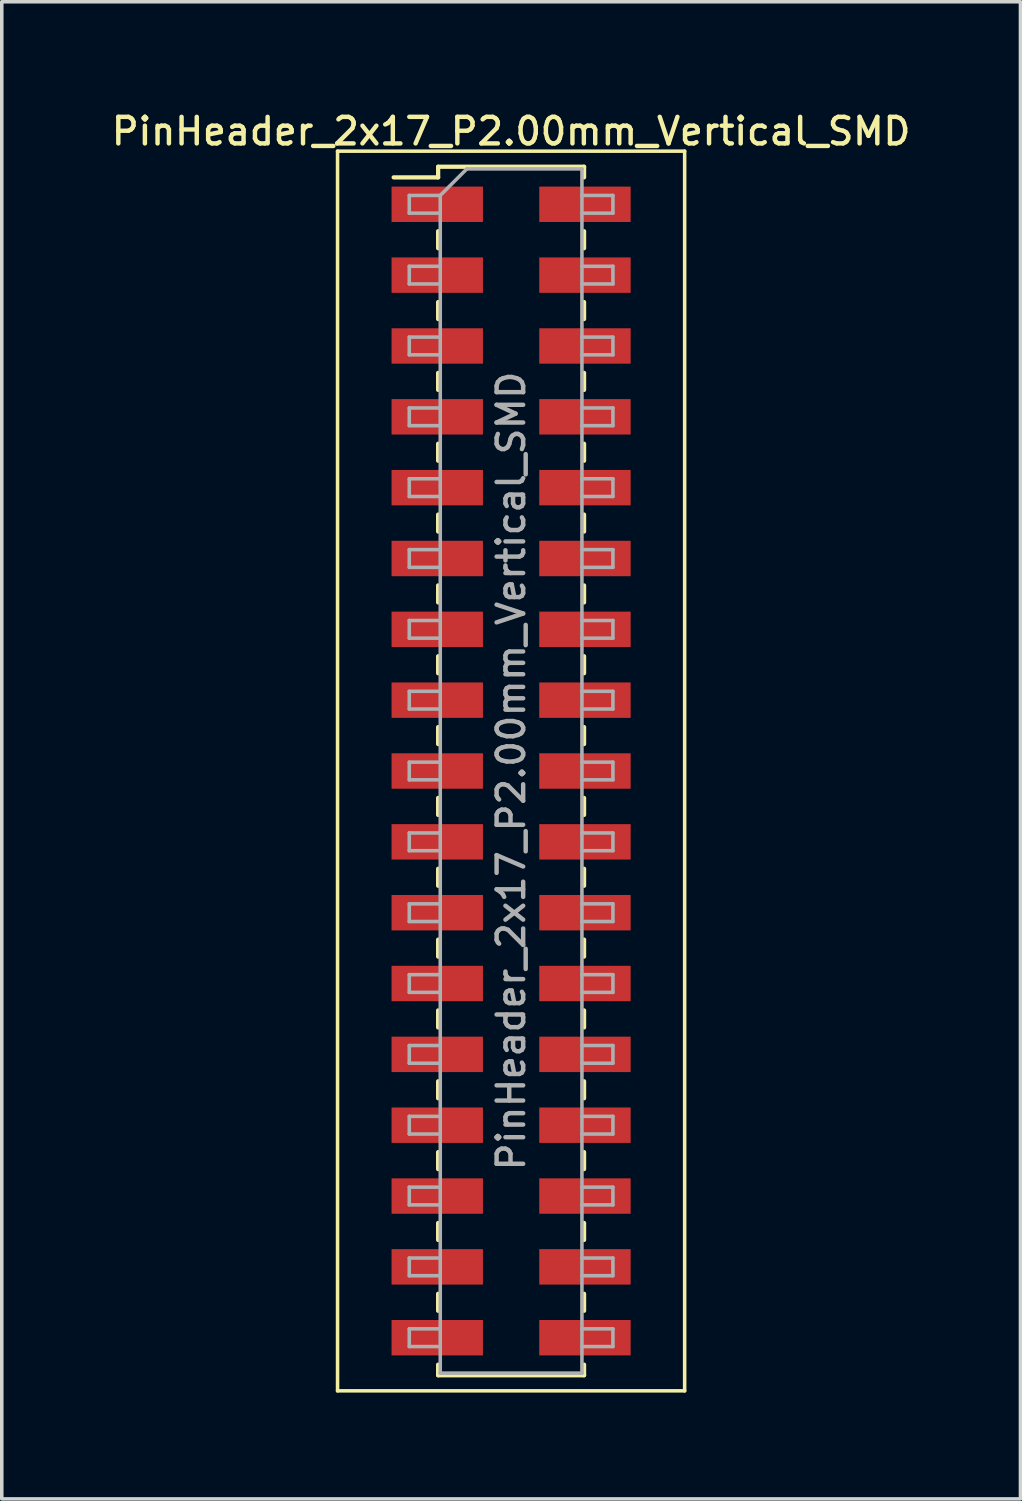
<source format=kicad_pcb>
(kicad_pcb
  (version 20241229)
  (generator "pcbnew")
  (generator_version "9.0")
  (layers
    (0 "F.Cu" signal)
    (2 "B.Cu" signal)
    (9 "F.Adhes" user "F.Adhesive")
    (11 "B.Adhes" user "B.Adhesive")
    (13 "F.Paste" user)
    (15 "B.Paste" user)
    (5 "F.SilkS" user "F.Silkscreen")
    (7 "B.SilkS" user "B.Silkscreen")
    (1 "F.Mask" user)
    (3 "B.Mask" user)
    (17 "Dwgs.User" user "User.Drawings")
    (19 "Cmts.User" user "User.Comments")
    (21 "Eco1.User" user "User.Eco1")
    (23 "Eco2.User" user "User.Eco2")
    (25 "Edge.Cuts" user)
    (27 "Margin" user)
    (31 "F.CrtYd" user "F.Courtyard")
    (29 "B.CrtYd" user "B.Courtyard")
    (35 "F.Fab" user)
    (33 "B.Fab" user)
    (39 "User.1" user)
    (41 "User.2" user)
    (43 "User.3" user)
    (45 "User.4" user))
  (footprint "PinHeader_2x17_P2.00mm_Vertical_SMD"
    (layer "F.Cu")
    (at 11.38 18.718)
    (property "Reference" "PinHeader_2x17_P2.00mm_Vertical_SMD" (at 0 -18.06 0) (layer "F.SilkS") (effects (font (size 0.75 0.75) (thickness 0.125))))
    (attr smd)
    (fp_line (start -4.9 -17.5) (end -4.9 17.5) (stroke (width 0.1) (type solid)) (layer "F.SilkS"))
    (fp_line (start -4.9 17.5) (end 4.9 17.5) (stroke (width 0.1) (type solid)) (layer "F.SilkS"))
    (fp_line (start -3.315 -16.76) (end -2.06 -16.76) (stroke (width 0.12) (type solid)) (layer "F.SilkS"))
    (fp_line (start -2.06 -17.06) (end -2.06 -16.76) (stroke (width 0.12) (type solid)) (layer "F.SilkS"))
    (fp_line (start -2.06 -17.06) (end 2.06 -17.06) (stroke (width 0.12) (type solid)) (layer "F.SilkS"))
    (fp_line (start -2.06 -15.24) (end -2.06 -14.76) (stroke (width 0.12) (type solid)) (layer "F.SilkS"))
    (fp_line (start -2.06 -13.24) (end -2.06 -12.76) (stroke (width 0.12) (type solid)) (layer "F.SilkS"))
    (fp_line (start -2.06 -11.24) (end -2.06 -10.76) (stroke (width 0.12) (type solid)) (layer "F.SilkS"))
    (fp_line (start -2.06 -9.24) (end -2.06 -8.76) (stroke (width 0.12) (type solid)) (layer "F.SilkS"))
    (fp_line (start -2.06 -7.24) (end -2.06 -6.76) (stroke (width 0.12) (type solid)) (layer "F.SilkS"))
    (fp_line (start -2.06 -5.24) (end -2.06 -4.76) (stroke (width 0.12) (type solid)) (layer "F.SilkS"))
    (fp_line (start -2.06 -3.24) (end -2.06 -2.76) (stroke (width 0.12) (type solid)) (layer "F.SilkS"))
    (fp_line (start -2.06 -1.24) (end -2.06 -0.76) (stroke (width 0.12) (type solid)) (layer "F.SilkS"))
    (fp_line (start -2.06 0.76) (end -2.06 1.24) (stroke (width 0.12) (type solid)) (layer "F.SilkS"))
    (fp_line (start -2.06 2.76) (end -2.06 3.24) (stroke (width 0.12) (type solid)) (layer "F.SilkS"))
    (fp_line (start -2.06 4.76) (end -2.06 5.24) (stroke (width 0.12) (type solid)) (layer "F.SilkS"))
    (fp_line (start -2.06 6.76) (end -2.06 7.24) (stroke (width 0.12) (type solid)) (layer "F.SilkS"))
    (fp_line (start -2.06 8.76) (end -2.06 9.24) (stroke (width 0.12) (type solid)) (layer "F.SilkS"))
    (fp_line (start -2.06 10.76) (end -2.06 11.24) (stroke (width 0.12) (type solid)) (layer "F.SilkS"))
    (fp_line (start -2.06 12.76) (end -2.06 13.24) (stroke (width 0.12) (type solid)) (layer "F.SilkS"))
    (fp_line (start -2.06 14.76) (end -2.06 15.24) (stroke (width 0.12) (type solid)) (layer "F.SilkS"))
    (fp_line (start -2.06 16.76) (end -2.06 17.06) (stroke (width 0.12) (type solid)) (layer "F.SilkS"))
    (fp_line (start -2.06 17.06) (end 2.06 17.06) (stroke (width 0.12) (type solid)) (layer "F.SilkS"))
    (fp_line (start 2.06 -17.06) (end 2.06 -16.76) (stroke (width 0.12) (type solid)) (layer "F.SilkS"))
    (fp_line (start 2.06 -15.24) (end 2.06 -14.76) (stroke (width 0.12) (type solid)) (layer "F.SilkS"))
    (fp_line (start 2.06 -13.24) (end 2.06 -12.76) (stroke (width 0.12) (type solid)) (layer "F.SilkS"))
    (fp_line (start 2.06 -11.24) (end 2.06 -10.76) (stroke (width 0.12) (type solid)) (layer "F.SilkS"))
    (fp_line (start 2.06 -9.24) (end 2.06 -8.76) (stroke (width 0.12) (type solid)) (layer "F.SilkS"))
    (fp_line (start 2.06 -7.24) (end 2.06 -6.76) (stroke (width 0.12) (type solid)) (layer "F.SilkS"))
    (fp_line (start 2.06 -5.24) (end 2.06 -4.76) (stroke (width 0.12) (type solid)) (layer "F.SilkS"))
    (fp_line (start 2.06 -3.24) (end 2.06 -2.76) (stroke (width 0.12) (type solid)) (layer "F.SilkS"))
    (fp_line (start 2.06 -1.24) (end 2.06 -0.76) (stroke (width 0.12) (type solid)) (layer "F.SilkS"))
    (fp_line (start 2.06 0.76) (end 2.06 1.24) (stroke (width 0.12) (type solid)) (layer "F.SilkS"))
    (fp_line (start 2.06 2.76) (end 2.06 3.24) (stroke (width 0.12) (type solid)) (layer "F.SilkS"))
    (fp_line (start 2.06 4.76) (end 2.06 5.24) (stroke (width 0.12) (type solid)) (layer "F.SilkS"))
    (fp_line (start 2.06 6.76) (end 2.06 7.24) (stroke (width 0.12) (type solid)) (layer "F.SilkS"))
    (fp_line (start 2.06 8.76) (end 2.06 9.24) (stroke (width 0.12) (type solid)) (layer "F.SilkS"))
    (fp_line (start 2.06 10.76) (end 2.06 11.24) (stroke (width 0.12) (type solid)) (layer "F.SilkS"))
    (fp_line (start 2.06 12.76) (end 2.06 13.24) (stroke (width 0.12) (type solid)) (layer "F.SilkS"))
    (fp_line (start 2.06 14.76) (end 2.06 15.24) (stroke (width 0.12) (type solid)) (layer "F.SilkS"))
    (fp_line (start 2.06 16.76) (end 2.06 17.06) (stroke (width 0.12) (type solid)) (layer "F.SilkS"))
    (fp_line (start 4.9 -17.5) (end -4.9 -17.5) (stroke (width 0.1) (type solid)) (layer "F.SilkS"))
    (fp_line (start 4.9 17.5) (end 4.9 -17.5) (stroke (width 0.1) (type solid)) (layer "F.SilkS"))
    (fp_line (start -2.875 -16.25) (end -2.875 -15.75) (stroke (width 0.1) (type solid)) (layer "F.Fab"))
    (fp_line (start -2.875 -15.75) (end -2 -15.75) (stroke (width 0.1) (type solid)) (layer "F.Fab"))
    (fp_line (start -2.875 -14.25) (end -2.875 -13.75) (stroke (width 0.1) (type solid)) (layer "F.Fab"))
    (fp_line (start -2.875 -13.75) (end -2 -13.75) (stroke (width 0.1) (type solid)) (layer "F.Fab"))
    (fp_line (start -2.875 -12.25) (end -2.875 -11.75) (stroke (width 0.1) (type solid)) (layer "F.Fab"))
    (fp_line (start -2.875 -11.75) (end -2 -11.75) (stroke (width 0.1) (type solid)) (layer "F.Fab"))
    (fp_line (start -2.875 -10.25) (end -2.875 -9.75) (stroke (width 0.1) (type solid)) (layer "F.Fab"))
    (fp_line (start -2.875 -9.75) (end -2 -9.75) (stroke (width 0.1) (type solid)) (layer "F.Fab"))
    (fp_line (start -2.875 -8.25) (end -2.875 -7.75) (stroke (width 0.1) (type solid)) (layer "F.Fab"))
    (fp_line (start -2.875 -7.75) (end -2 -7.75) (stroke (width 0.1) (type solid)) (layer "F.Fab"))
    (fp_line (start -2.875 -6.25) (end -2.875 -5.75) (stroke (width 0.1) (type solid)) (layer "F.Fab"))
    (fp_line (start -2.875 -5.75) (end -2 -5.75) (stroke (width 0.1) (type solid)) (layer "F.Fab"))
    (fp_line (start -2.875 -4.25) (end -2.875 -3.75) (stroke (width 0.1) (type solid)) (layer "F.Fab"))
    (fp_line (start -2.875 -3.75) (end -2 -3.75) (stroke (width 0.1) (type solid)) (layer "F.Fab"))
    (fp_line (start -2.875 -2.25) (end -2.875 -1.75) (stroke (width 0.1) (type solid)) (layer "F.Fab"))
    (fp_line (start -2.875 -1.75) (end -2 -1.75) (stroke (width 0.1) (type solid)) (layer "F.Fab"))
    (fp_line (start -2.875 -0.25) (end -2.875 0.25) (stroke (width 0.1) (type solid)) (layer "F.Fab"))
    (fp_line (start -2.875 0.25) (end -2 0.25) (stroke (width 0.1) (type solid)) (layer "F.Fab"))
    (fp_line (start -2.875 1.75) (end -2.875 2.25) (stroke (width 0.1) (type solid)) (layer "F.Fab"))
    (fp_line (start -2.875 2.25) (end -2 2.25) (stroke (width 0.1) (type solid)) (layer "F.Fab"))
    (fp_line (start -2.875 3.75) (end -2.875 4.25) (stroke (width 0.1) (type solid)) (layer "F.Fab"))
    (fp_line (start -2.875 4.25) (end -2 4.25) (stroke (width 0.1) (type solid)) (layer "F.Fab"))
    (fp_line (start -2.875 5.75) (end -2.875 6.25) (stroke (width 0.1) (type solid)) (layer "F.Fab"))
    (fp_line (start -2.875 6.25) (end -2 6.25) (stroke (width 0.1) (type solid)) (layer "F.Fab"))
    (fp_line (start -2.875 7.75) (end -2.875 8.25) (stroke (width 0.1) (type solid)) (layer "F.Fab"))
    (fp_line (start -2.875 8.25) (end -2 8.25) (stroke (width 0.1) (type solid)) (layer "F.Fab"))
    (fp_line (start -2.875 9.75) (end -2.875 10.25) (stroke (width 0.1) (type solid)) (layer "F.Fab"))
    (fp_line (start -2.875 10.25) (end -2 10.25) (stroke (width 0.1) (type solid)) (layer "F.Fab"))
    (fp_line (start -2.875 11.75) (end -2.875 12.25) (stroke (width 0.1) (type solid)) (layer "F.Fab"))
    (fp_line (start -2.875 12.25) (end -2 12.25) (stroke (width 0.1) (type solid)) (layer "F.Fab"))
    (fp_line (start -2.875 13.75) (end -2.875 14.25) (stroke (width 0.1) (type solid)) (layer "F.Fab"))
    (fp_line (start -2.875 14.25) (end -2 14.25) (stroke (width 0.1) (type solid)) (layer "F.Fab"))
    (fp_line (start -2.875 15.75) (end -2.875 16.25) (stroke (width 0.1) (type solid)) (layer "F.Fab"))
    (fp_line (start -2.875 16.25) (end -2 16.25) (stroke (width 0.1) (type solid)) (layer "F.Fab"))
    (fp_line (start -2 -16.25) (end -2.875 -16.25) (stroke (width 0.1) (type solid)) (layer "F.Fab"))
    (fp_line (start -2 -16.25) (end -1.25 -17) (stroke (width 0.1) (type solid)) (layer "F.Fab"))
    (fp_line (start -2 -14.25) (end -2.875 -14.25) (stroke (width 0.1) (type solid)) (layer "F.Fab"))
    (fp_line (start -2 -12.25) (end -2.875 -12.25) (stroke (width 0.1) (type solid)) (layer "F.Fab"))
    (fp_line (start -2 -10.25) (end -2.875 -10.25) (stroke (width 0.1) (type solid)) (layer "F.Fab"))
    (fp_line (start -2 -8.25) (end -2.875 -8.25) (stroke (width 0.1) (type solid)) (layer "F.Fab"))
    (fp_line (start -2 -6.25) (end -2.875 -6.25) (stroke (width 0.1) (type solid)) (layer "F.Fab"))
    (fp_line (start -2 -4.25) (end -2.875 -4.25) (stroke (width 0.1) (type solid)) (layer "F.Fab"))
    (fp_line (start -2 -2.25) (end -2.875 -2.25) (stroke (width 0.1) (type solid)) (layer "F.Fab"))
    (fp_line (start -2 -0.25) (end -2.875 -0.25) (stroke (width 0.1) (type solid)) (layer "F.Fab"))
    (fp_line (start -2 1.75) (end -2.875 1.75) (stroke (width 0.1) (type solid)) (layer "F.Fab"))
    (fp_line (start -2 3.75) (end -2.875 3.75) (stroke (width 0.1) (type solid)) (layer "F.Fab"))
    (fp_line (start -2 5.75) (end -2.875 5.75) (stroke (width 0.1) (type solid)) (layer "F.Fab"))
    (fp_line (start -2 7.75) (end -2.875 7.75) (stroke (width 0.1) (type solid)) (layer "F.Fab"))
    (fp_line (start -2 9.75) (end -2.875 9.75) (stroke (width 0.1) (type solid)) (layer "F.Fab"))
    (fp_line (start -2 11.75) (end -2.875 11.75) (stroke (width 0.1) (type solid)) (layer "F.Fab"))
    (fp_line (start -2 13.75) (end -2.875 13.75) (stroke (width 0.1) (type solid)) (layer "F.Fab"))
    (fp_line (start -2 15.75) (end -2.875 15.75) (stroke (width 0.1) (type solid)) (layer "F.Fab"))
    (fp_line (start -2 17) (end -2 -16.25) (stroke (width 0.1) (type solid)) (layer "F.Fab"))
    (fp_line (start -1.25 -17) (end 2 -17) (stroke (width 0.1) (type solid)) (layer "F.Fab"))
    (fp_line (start 2 -17) (end 2 17) (stroke (width 0.1) (type solid)) (layer "F.Fab"))
    (fp_line (start 2 -16.25) (end 2.875 -16.25) (stroke (width 0.1) (type solid)) (layer "F.Fab"))
    (fp_line (start 2 -14.25) (end 2.875 -14.25) (stroke (width 0.1) (type solid)) (layer "F.Fab"))
    (fp_line (start 2 -12.25) (end 2.875 -12.25) (stroke (width 0.1) (type solid)) (layer "F.Fab"))
    (fp_line (start 2 -10.25) (end 2.875 -10.25) (stroke (width 0.1) (type solid)) (layer "F.Fab"))
    (fp_line (start 2 -8.25) (end 2.875 -8.25) (stroke (width 0.1) (type solid)) (layer "F.Fab"))
    (fp_line (start 2 -6.25) (end 2.875 -6.25) (stroke (width 0.1) (type solid)) (layer "F.Fab"))
    (fp_line (start 2 -4.25) (end 2.875 -4.25) (stroke (width 0.1) (type solid)) (layer "F.Fab"))
    (fp_line (start 2 -2.25) (end 2.875 -2.25) (stroke (width 0.1) (type solid)) (layer "F.Fab"))
    (fp_line (start 2 -0.25) (end 2.875 -0.25) (stroke (width 0.1) (type solid)) (layer "F.Fab"))
    (fp_line (start 2 1.75) (end 2.875 1.75) (stroke (width 0.1) (type solid)) (layer "F.Fab"))
    (fp_line (start 2 3.75) (end 2.875 3.75) (stroke (width 0.1) (type solid)) (layer "F.Fab"))
    (fp_line (start 2 5.75) (end 2.875 5.75) (stroke (width 0.1) (type solid)) (layer "F.Fab"))
    (fp_line (start 2 7.75) (end 2.875 7.75) (stroke (width 0.1) (type solid)) (layer "F.Fab"))
    (fp_line (start 2 9.75) (end 2.875 9.75) (stroke (width 0.1) (type solid)) (layer "F.Fab"))
    (fp_line (start 2 11.75) (end 2.875 11.75) (stroke (width 0.1) (type solid)) (layer "F.Fab"))
    (fp_line (start 2 13.75) (end 2.875 13.75) (stroke (width 0.1) (type solid)) (layer "F.Fab"))
    (fp_line (start 2 15.75) (end 2.875 15.75) (stroke (width 0.1) (type solid)) (layer "F.Fab"))
    (fp_line (start 2 17) (end -2 17) (stroke (width 0.1) (type solid)) (layer "F.Fab"))
    (fp_line (start 2.875 -16.25) (end 2.875 -15.75) (stroke (width 0.1) (type solid)) (layer "F.Fab"))
    (fp_line (start 2.875 -15.75) (end 2 -15.75) (stroke (width 0.1) (type solid)) (layer "F.Fab"))
    (fp_line (start 2.875 -14.25) (end 2.875 -13.75) (stroke (width 0.1) (type solid)) (layer "F.Fab"))
    (fp_line (start 2.875 -13.75) (end 2 -13.75) (stroke (width 0.1) (type solid)) (layer "F.Fab"))
    (fp_line (start 2.875 -12.25) (end 2.875 -11.75) (stroke (width 0.1) (type solid)) (layer "F.Fab"))
    (fp_line (start 2.875 -11.75) (end 2 -11.75) (stroke (width 0.1) (type solid)) (layer "F.Fab"))
    (fp_line (start 2.875 -10.25) (end 2.875 -9.75) (stroke (width 0.1) (type solid)) (layer "F.Fab"))
    (fp_line (start 2.875 -9.75) (end 2 -9.75) (stroke (width 0.1) (type solid)) (layer "F.Fab"))
    (fp_line (start 2.875 -8.25) (end 2.875 -7.75) (stroke (width 0.1) (type solid)) (layer "F.Fab"))
    (fp_line (start 2.875 -7.75) (end 2 -7.75) (stroke (width 0.1) (type solid)) (layer "F.Fab"))
    (fp_line (start 2.875 -6.25) (end 2.875 -5.75) (stroke (width 0.1) (type solid)) (layer "F.Fab"))
    (fp_line (start 2.875 -5.75) (end 2 -5.75) (stroke (width 0.1) (type solid)) (layer "F.Fab"))
    (fp_line (start 2.875 -4.25) (end 2.875 -3.75) (stroke (width 0.1) (type solid)) (layer "F.Fab"))
    (fp_line (start 2.875 -3.75) (end 2 -3.75) (stroke (width 0.1) (type solid)) (layer "F.Fab"))
    (fp_line (start 2.875 -2.25) (end 2.875 -1.75) (stroke (width 0.1) (type solid)) (layer "F.Fab"))
    (fp_line (start 2.875 -1.75) (end 2 -1.75) (stroke (width 0.1) (type solid)) (layer "F.Fab"))
    (fp_line (start 2.875 -0.25) (end 2.875 0.25) (stroke (width 0.1) (type solid)) (layer "F.Fab"))
    (fp_line (start 2.875 0.25) (end 2 0.25) (stroke (width 0.1) (type solid)) (layer "F.Fab"))
    (fp_line (start 2.875 1.75) (end 2.875 2.25) (stroke (width 0.1) (type solid)) (layer "F.Fab"))
    (fp_line (start 2.875 2.25) (end 2 2.25) (stroke (width 0.1) (type solid)) (layer "F.Fab"))
    (fp_line (start 2.875 3.75) (end 2.875 4.25) (stroke (width 0.1) (type solid)) (layer "F.Fab"))
    (fp_line (start 2.875 4.25) (end 2 4.25) (stroke (width 0.1) (type solid)) (layer "F.Fab"))
    (fp_line (start 2.875 5.75) (end 2.875 6.25) (stroke (width 0.1) (type solid)) (layer "F.Fab"))
    (fp_line (start 2.875 6.25) (end 2 6.25) (stroke (width 0.1) (type solid)) (layer "F.Fab"))
    (fp_line (start 2.875 7.75) (end 2.875 8.25) (stroke (width 0.1) (type solid)) (layer "F.Fab"))
    (fp_line (start 2.875 8.25) (end 2 8.25) (stroke (width 0.1) (type solid)) (layer "F.Fab"))
    (fp_line (start 2.875 9.75) (end 2.875 10.25) (stroke (width 0.1) (type solid)) (layer "F.Fab"))
    (fp_line (start 2.875 10.25) (end 2 10.25) (stroke (width 0.1) (type solid)) (layer "F.Fab"))
    (fp_line (start 2.875 11.75) (end 2.875 12.25) (stroke (width 0.1) (type solid)) (layer "F.Fab"))
    (fp_line (start 2.875 12.25) (end 2 12.25) (stroke (width 0.1) (type solid)) (layer "F.Fab"))
    (fp_line (start 2.875 13.75) (end 2.875 14.25) (stroke (width 0.1) (type solid)) (layer "F.Fab"))
    (fp_line (start 2.875 14.25) (end 2 14.25) (stroke (width 0.1) (type solid)) (layer "F.Fab"))
    (fp_line (start 2.875 15.75) (end 2.875 16.25) (stroke (width 0.1) (type solid)) (layer "F.Fab"))
    (fp_line (start 2.875 16.25) (end 2 16.25) (stroke (width 0.1) (type solid)) (layer "F.Fab"))
    (fp_text user "${REFERENCE}" (at 0 0 90) (layer "F.Fab") (effects (font (size 0.75 0.75) (thickness 0.125))))
    (pad "1" smd rect (at -2.085 -16) (size 2.58 1) (layers "F.Cu" "F.Mask" "F.Paste"))
    (pad "2" smd rect (at 2.085 -16) (size 2.58 1) (layers "F.Cu" "F.Mask" "F.Paste"))
    (pad "3" smd rect (at -2.085 -14) (size 2.58 1) (layers "F.Cu" "F.Mask" "F.Paste"))
    (pad "4" smd rect (at 2.085 -14) (size 2.58 1) (layers "F.Cu" "F.Mask" "F.Paste"))
    (pad "5" smd rect (at -2.085 -12) (size 2.58 1) (layers "F.Cu" "F.Mask" "F.Paste"))
    (pad "6" smd rect (at 2.085 -12) (size 2.58 1) (layers "F.Cu" "F.Mask" "F.Paste"))
    (pad "7" smd rect (at -2.085 -10) (size 2.58 1) (layers "F.Cu" "F.Mask" "F.Paste"))
    (pad "8" smd rect (at 2.085 -10) (size 2.58 1) (layers "F.Cu" "F.Mask" "F.Paste"))
    (pad "9" smd rect (at -2.085 -8) (size 2.58 1) (layers "F.Cu" "F.Mask" "F.Paste"))
    (pad "10" smd rect (at 2.085 -8) (size 2.58 1) (layers "F.Cu" "F.Mask" "F.Paste"))
    (pad "11" smd rect (at -2.085 -6) (size 2.58 1) (layers "F.Cu" "F.Mask" "F.Paste"))
    (pad "12" smd rect (at 2.085 -6) (size 2.58 1) (layers "F.Cu" "F.Mask" "F.Paste"))
    (pad "13" smd rect (at -2.085 -4) (size 2.58 1) (layers "F.Cu" "F.Mask" "F.Paste"))
    (pad "14" smd rect (at 2.085 -4) (size 2.58 1) (layers "F.Cu" "F.Mask" "F.Paste"))
    (pad "15" smd rect (at -2.085 -2) (size 2.58 1) (layers "F.Cu" "F.Mask" "F.Paste"))
    (pad "16" smd rect (at 2.085 -2) (size 2.58 1) (layers "F.Cu" "F.Mask" "F.Paste"))
    (pad "17" smd rect (at -2.085 0) (size 2.58 1) (layers "F.Cu" "F.Mask" "F.Paste"))
    (pad "18" smd rect (at 2.085 0) (size 2.58 1) (layers "F.Cu" "F.Mask" "F.Paste"))
    (pad "19" smd rect (at -2.085 2) (size 2.58 1) (layers "F.Cu" "F.Mask" "F.Paste"))
    (pad "20" smd rect (at 2.085 2) (size 2.58 1) (layers "F.Cu" "F.Mask" "F.Paste"))
    (pad "21" smd rect (at -2.085 4) (size 2.58 1) (layers "F.Cu" "F.Mask" "F.Paste"))
    (pad "22" smd rect (at 2.085 4) (size 2.58 1) (layers "F.Cu" "F.Mask" "F.Paste"))
    (pad "23" smd rect (at -2.085 6) (size 2.58 1) (layers "F.Cu" "F.Mask" "F.Paste"))
    (pad "24" smd rect (at 2.085 6) (size 2.58 1) (layers "F.Cu" "F.Mask" "F.Paste"))
    (pad "25" smd rect (at -2.085 8) (size 2.58 1) (layers "F.Cu" "F.Mask" "F.Paste"))
    (pad "26" smd rect (at 2.085 8) (size 2.58 1) (layers "F.Cu" "F.Mask" "F.Paste"))
    (pad "27" smd rect (at -2.085 10) (size 2.58 1) (layers "F.Cu" "F.Mask" "F.Paste"))
    (pad "28" smd rect (at 2.085 10) (size 2.58 1) (layers "F.Cu" "F.Mask" "F.Paste"))
    (pad "29" smd rect (at -2.085 12) (size 2.58 1) (layers "F.Cu" "F.Mask" "F.Paste"))
    (pad "30" smd rect (at 2.085 12) (size 2.58 1) (layers "F.Cu" "F.Mask" "F.Paste"))
    (pad "31" smd rect (at -2.085 14) (size 2.58 1) (layers "F.Cu" "F.Mask" "F.Paste"))
    (pad "32" smd rect (at 2.085 14) (size 2.58 1) (layers "F.Cu" "F.Mask" "F.Paste"))
    (pad "33" smd rect (at -2.085 16) (size 2.58 1) (layers "F.Cu" "F.Mask" "F.Paste"))
    (pad "34" smd rect (at 2.085 16) (size 2.58 1) (layers "F.Cu" "F.Mask" "F.Paste")))
  (gr_rect
    (start -3 -3)
    (end 25.761 39.268)
    (stroke (width 0.1) (type default))
    (fill no)
    (layer "Edge.Cuts")))
</source>
